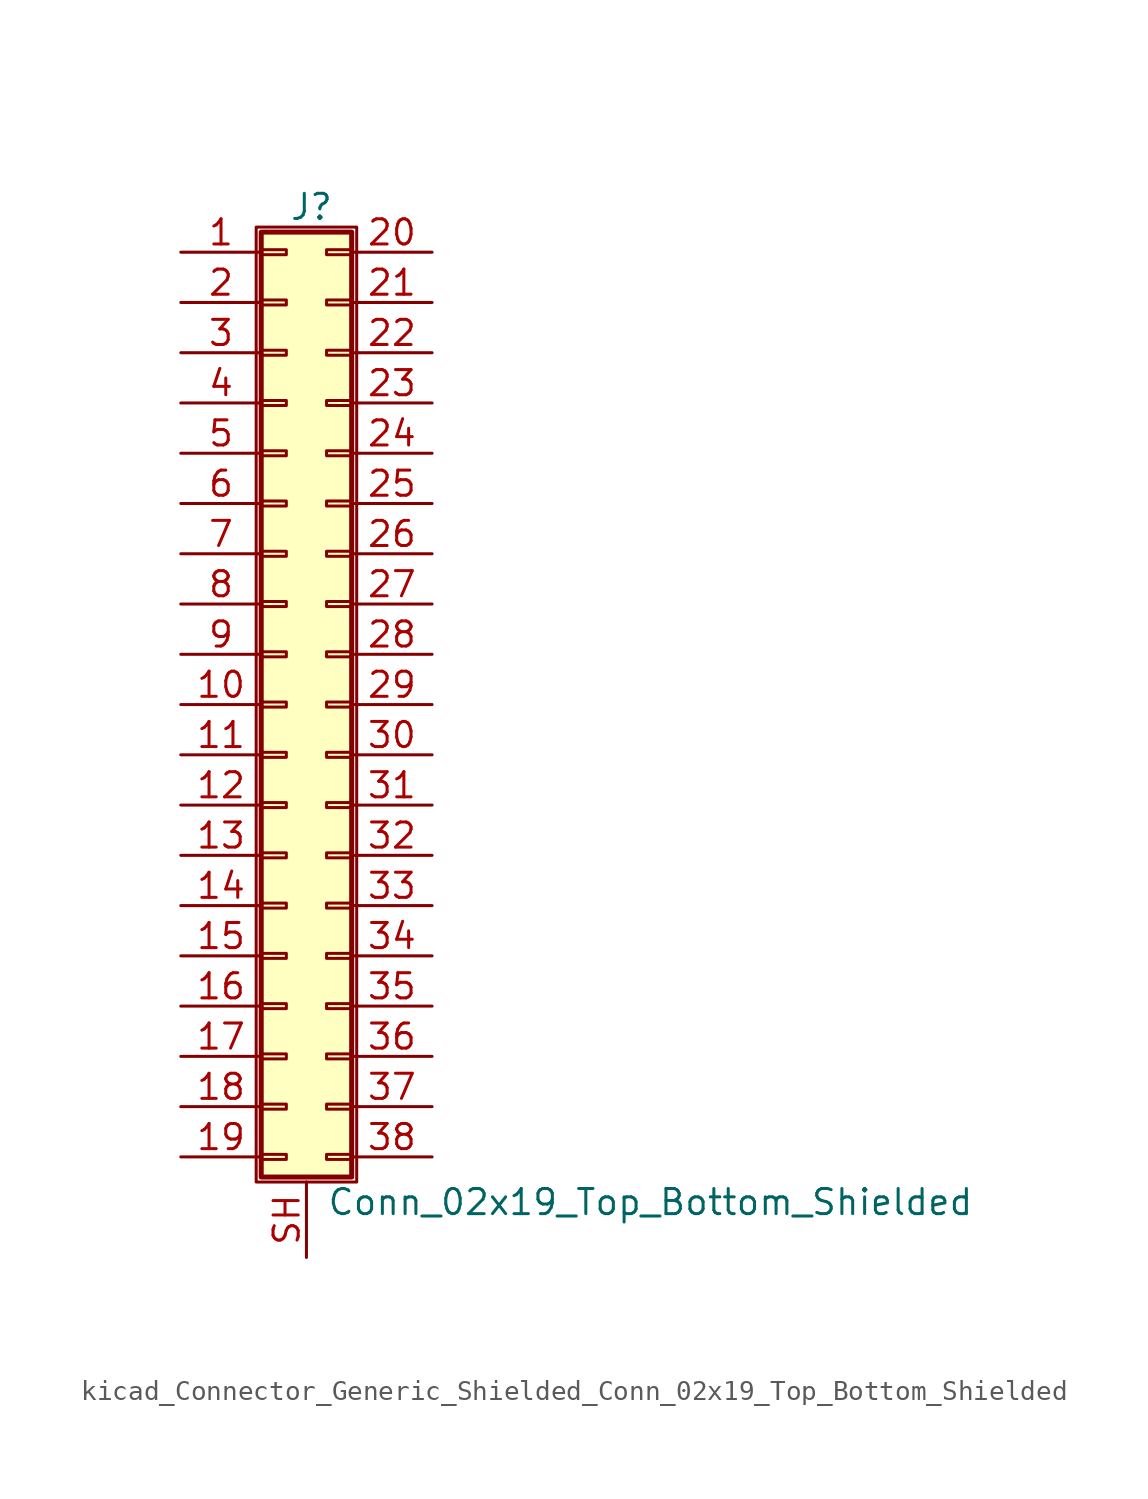
<source format=kicad_sym>
(kicad_symbol_lib
  (version 20220914)
  (generator kicad_symbol_editor)
  (symbol "kicad_Connector_Generic_Shielded_Conn_02x19_Top_Bottom_Shielded"
    (pin_names
      (offset 1.016) hide)
    (property "Reference" "J"
      (at 1.524 25.146 0)
      (effects (font (size 1.27 1.27))))
    (property "Value" "Conn_02x19_Top_Bottom_Shielded"
      (at 2.286 -25.146 0)
      (effects (font (size 1.27 1.27)) (justify left)))
    (symbol "kicad_Connector_Generic_Shielded_Conn_02x19_Top_Bottom_Shielded_1_1"
      (rectangle (start -1.27 24.13) (end 3.81 -24.13) (stroke (width 0.152) (type default)) (fill (type none)))
      (rectangle (start -1.016 -22.733) (end 0.254 -22.987) (stroke (width 0.152) (type default)) (fill (type none)))
      (rectangle (start -1.016 -20.193) (end 0.254 -20.447) (stroke (width 0.152) (type default)) (fill (type none)))
      (rectangle (start -1.016 -17.653) (end 0.254 -17.907) (stroke (width 0.152) (type default)) (fill (type none)))
      (rectangle (start -1.016 -15.113) (end 0.254 -15.367) (stroke (width 0.152) (type default)) (fill (type none)))
      (rectangle (start -1.016 -12.573) (end 0.254 -12.827) (stroke (width 0.152) (type default)) (fill (type none)))
      (rectangle (start -1.016 -10.033) (end 0.254 -10.287) (stroke (width 0.152) (type default)) (fill (type none)))
      (rectangle (start -1.016 -7.493) (end 0.254 -7.747) (stroke (width 0.152) (type default)) (fill (type none)))
      (rectangle (start -1.016 -4.953) (end 0.254 -5.207) (stroke (width 0.152) (type default)) (fill (type none)))
      (rectangle (start -1.016 -2.413) (end 0.254 -2.667) (stroke (width 0.152) (type default)) (fill (type none)))
      (rectangle (start -1.016 0.127) (end 0.254 -0.127) (stroke (width 0.152) (type default)) (fill (type none)))
      (rectangle (start -1.016 2.667) (end 0.254 2.413) (stroke (width 0.152) (type default)) (fill (type none)))
      (rectangle (start -1.016 5.207) (end 0.254 4.953) (stroke (width 0.152) (type default)) (fill (type none)))
      (rectangle (start -1.016 7.747) (end 0.254 7.493) (stroke (width 0.152) (type default)) (fill (type none)))
      (rectangle (start -1.016 10.287) (end 0.254 10.033) (stroke (width 0.152) (type default)) (fill (type none)))
      (rectangle (start -1.016 12.827) (end 0.254 12.573) (stroke (width 0.152) (type default)) (fill (type none)))
      (rectangle (start -1.016 15.367) (end 0.254 15.113) (stroke (width 0.152) (type default)) (fill (type none)))
      (rectangle (start -1.016 17.907) (end 0.254 17.653) (stroke (width 0.152) (type default)) (fill (type none)))
      (rectangle (start -1.016 20.447) (end 0.254 20.193) (stroke (width 0.152) (type default)) (fill (type none)))
      (rectangle (start -1.016 22.987) (end 0.254 22.733) (stroke (width 0.152) (type default)) (fill (type none)))
      (rectangle (start -1.016 23.876) (end 3.556 -23.876) (stroke (width 0.254) (type default)) (fill (type background)))
      (rectangle (start 3.556 -22.733) (end 2.286 -22.987) (stroke (width 0.152) (type default)) (fill (type none)))
      (rectangle (start 3.556 -20.193) (end 2.286 -20.447) (stroke (width 0.152) (type default)) (fill (type none)))
      (rectangle (start 3.556 -17.653) (end 2.286 -17.907) (stroke (width 0.152) (type default)) (fill (type none)))
      (rectangle (start 3.556 -15.113) (end 2.286 -15.367) (stroke (width 0.152) (type default)) (fill (type none)))
      (rectangle (start 3.556 -12.573) (end 2.286 -12.827) (stroke (width 0.152) (type default)) (fill (type none)))
      (rectangle (start 3.556 -10.033) (end 2.286 -10.287) (stroke (width 0.152) (type default)) (fill (type none)))
      (rectangle (start 3.556 -7.493) (end 2.286 -7.747) (stroke (width 0.152) (type default)) (fill (type none)))
      (rectangle (start 3.556 -4.953) (end 2.286 -5.207) (stroke (width 0.152) (type default)) (fill (type none)))
      (rectangle (start 3.556 -2.413) (end 2.286 -2.667) (stroke (width 0.152) (type default)) (fill (type none)))
      (rectangle (start 3.556 0.127) (end 2.286 -0.127) (stroke (width 0.152) (type default)) (fill (type none)))
      (rectangle (start 3.556 2.667) (end 2.286 2.413) (stroke (width 0.152) (type default)) (fill (type none)))
      (rectangle (start 3.556 5.207) (end 2.286 4.953) (stroke (width 0.152) (type default)) (fill (type none)))
      (rectangle (start 3.556 7.747) (end 2.286 7.493) (stroke (width 0.152) (type default)) (fill (type none)))
      (rectangle (start 3.556 10.287) (end 2.286 10.033) (stroke (width 0.152) (type default)) (fill (type none)))
      (rectangle (start 3.556 12.827) (end 2.286 12.573) (stroke (width 0.152) (type default)) (fill (type none)))
      (rectangle (start 3.556 15.367) (end 2.286 15.113) (stroke (width 0.152) (type default)) (fill (type none)))
      (rectangle (start 3.556 17.907) (end 2.286 17.653) (stroke (width 0.152) (type default)) (fill (type none)))
      (rectangle (start 3.556 20.447) (end 2.286 20.193) (stroke (width 0.152) (type default)) (fill (type none)))
      (rectangle (start 3.556 22.987) (end 2.286 22.733) (stroke (width 0.152) (type default)) (fill (type none)))
      (pin passive line (at -5.08 22.86 0) (length 4.064) (name "Pin_1" (effects (font (size 1.27 1.27)))) (number "1" (effects (font (size 1.27 1.27)))))
      (pin passive line (at -5.08 0 0) (length 4.064) (name "Pin_10" (effects (font (size 1.27 1.27)))) (number "10" (effects (font (size 1.27 1.27)))))
      (pin passive line (at -5.08 -2.54 0) (length 4.064) (name "Pin_11" (effects (font (size 1.27 1.27)))) (number "11" (effects (font (size 1.27 1.27)))))
      (pin passive line (at -5.08 -5.08 0) (length 4.064) (name "Pin_12" (effects (font (size 1.27 1.27)))) (number "12" (effects (font (size 1.27 1.27)))))
      (pin passive line (at -5.08 -7.62 0) (length 4.064) (name "Pin_13" (effects (font (size 1.27 1.27)))) (number "13" (effects (font (size 1.27 1.27)))))
      (pin passive line (at -5.08 -10.16 0) (length 4.064) (name "Pin_14" (effects (font (size 1.27 1.27)))) (number "14" (effects (font (size 1.27 1.27)))))
      (pin passive line (at -5.08 -12.7 0) (length 4.064) (name "Pin_15" (effects (font (size 1.27 1.27)))) (number "15" (effects (font (size 1.27 1.27)))))
      (pin passive line (at -5.08 -15.24 0) (length 4.064) (name "Pin_16" (effects (font (size 1.27 1.27)))) (number "16" (effects (font (size 1.27 1.27)))))
      (pin passive line (at -5.08 -17.78 0) (length 4.064) (name "Pin_17" (effects (font (size 1.27 1.27)))) (number "17" (effects (font (size 1.27 1.27)))))
      (pin passive line (at -5.08 -20.32 0) (length 4.064) (name "Pin_18" (effects (font (size 1.27 1.27)))) (number "18" (effects (font (size 1.27 1.27)))))
      (pin passive line (at -5.08 -22.86 0) (length 4.064) (name "Pin_19" (effects (font (size 1.27 1.27)))) (number "19" (effects (font (size 1.27 1.27)))))
      (pin passive line (at -5.08 20.32 0) (length 4.064) (name "Pin_2" (effects (font (size 1.27 1.27)))) (number "2" (effects (font (size 1.27 1.27)))))
      (pin passive line (at 7.62 22.86 180) (length 4.064) (name "Pin_20" (effects (font (size 1.27 1.27)))) (number "20" (effects (font (size 1.27 1.27)))))
      (pin passive line (at 7.62 20.32 180) (length 4.064) (name "Pin_21" (effects (font (size 1.27 1.27)))) (number "21" (effects (font (size 1.27 1.27)))))
      (pin passive line (at 7.62 17.78 180) (length 4.064) (name "Pin_22" (effects (font (size 1.27 1.27)))) (number "22" (effects (font (size 1.27 1.27)))))
      (pin passive line (at 7.62 15.24 180) (length 4.064) (name "Pin_23" (effects (font (size 1.27 1.27)))) (number "23" (effects (font (size 1.27 1.27)))))
      (pin passive line (at 7.62 12.7 180) (length 4.064) (name "Pin_24" (effects (font (size 1.27 1.27)))) (number "24" (effects (font (size 1.27 1.27)))))
      (pin passive line (at 7.62 10.16 180) (length 4.064) (name "Pin_25" (effects (font (size 1.27 1.27)))) (number "25" (effects (font (size 1.27 1.27)))))
      (pin passive line (at 7.62 7.62 180) (length 4.064) (name "Pin_26" (effects (font (size 1.27 1.27)))) (number "26" (effects (font (size 1.27 1.27)))))
      (pin passive line (at 7.62 5.08 180) (length 4.064) (name "Pin_27" (effects (font (size 1.27 1.27)))) (number "27" (effects (font (size 1.27 1.27)))))
      (pin passive line (at 7.62 2.54 180) (length 4.064) (name "Pin_28" (effects (font (size 1.27 1.27)))) (number "28" (effects (font (size 1.27 1.27)))))
      (pin passive line (at 7.62 0 180) (length 4.064) (name "Pin_29" (effects (font (size 1.27 1.27)))) (number "29" (effects (font (size 1.27 1.27)))))
      (pin passive line (at -5.08 17.78 0) (length 4.064) (name "Pin_3" (effects (font (size 1.27 1.27)))) (number "3" (effects (font (size 1.27 1.27)))))
      (pin passive line (at 7.62 -2.54 180) (length 4.064) (name "Pin_30" (effects (font (size 1.27 1.27)))) (number "30" (effects (font (size 1.27 1.27)))))
      (pin passive line (at 7.62 -5.08 180) (length 4.064) (name "Pin_31" (effects (font (size 1.27 1.27)))) (number "31" (effects (font (size 1.27 1.27)))))
      (pin passive line (at 7.62 -7.62 180) (length 4.064) (name "Pin_32" (effects (font (size 1.27 1.27)))) (number "32" (effects (font (size 1.27 1.27)))))
      (pin passive line (at 7.62 -10.16 180) (length 4.064) (name "Pin_33" (effects (font (size 1.27 1.27)))) (number "33" (effects (font (size 1.27 1.27)))))
      (pin passive line (at 7.62 -12.7 180) (length 4.064) (name "Pin_34" (effects (font (size 1.27 1.27)))) (number "34" (effects (font (size 1.27 1.27)))))
      (pin passive line (at 7.62 -15.24 180) (length 4.064) (name "Pin_35" (effects (font (size 1.27 1.27)))) (number "35" (effects (font (size 1.27 1.27)))))
      (pin passive line (at 7.62 -17.78 180) (length 4.064) (name "Pin_36" (effects (font (size 1.27 1.27)))) (number "36" (effects (font (size 1.27 1.27)))))
      (pin passive line (at 7.62 -20.32 180) (length 4.064) (name "Pin_37" (effects (font (size 1.27 1.27)))) (number "37" (effects (font (size 1.27 1.27)))))
      (pin passive line (at 7.62 -22.86 180) (length 4.064) (name "Pin_38" (effects (font (size 1.27 1.27)))) (number "38" (effects (font (size 1.27 1.27)))))
      (pin passive line (at -5.08 15.24 0) (length 4.064) (name "Pin_4" (effects (font (size 1.27 1.27)))) (number "4" (effects (font (size 1.27 1.27)))))
      (pin passive line (at -5.08 12.7 0) (length 4.064) (name "Pin_5" (effects (font (size 1.27 1.27)))) (number "5" (effects (font (size 1.27 1.27)))))
      (pin passive line (at -5.08 10.16 0) (length 4.064) (name "Pin_6" (effects (font (size 1.27 1.27)))) (number "6" (effects (font (size 1.27 1.27)))))
      (pin passive line (at -5.08 7.62 0) (length 4.064) (name "Pin_7" (effects (font (size 1.27 1.27)))) (number "7" (effects (font (size 1.27 1.27)))))
      (pin passive line (at -5.08 5.08 0) (length 4.064) (name "Pin_8" (effects (font (size 1.27 1.27)))) (number "8" (effects (font (size 1.27 1.27)))))
      (pin passive line (at -5.08 2.54 0) (length 4.064) (name "Pin_9" (effects (font (size 1.27 1.27)))) (number "9" (effects (font (size 1.27 1.27)))))
      (pin passive line (at 1.27 -27.94 90) (length 3.81) (name "Shield" (effects (font (size 1.27 1.27)))) (number "SH" (effects (font (size 1.27 1.27))))))))
</source>
